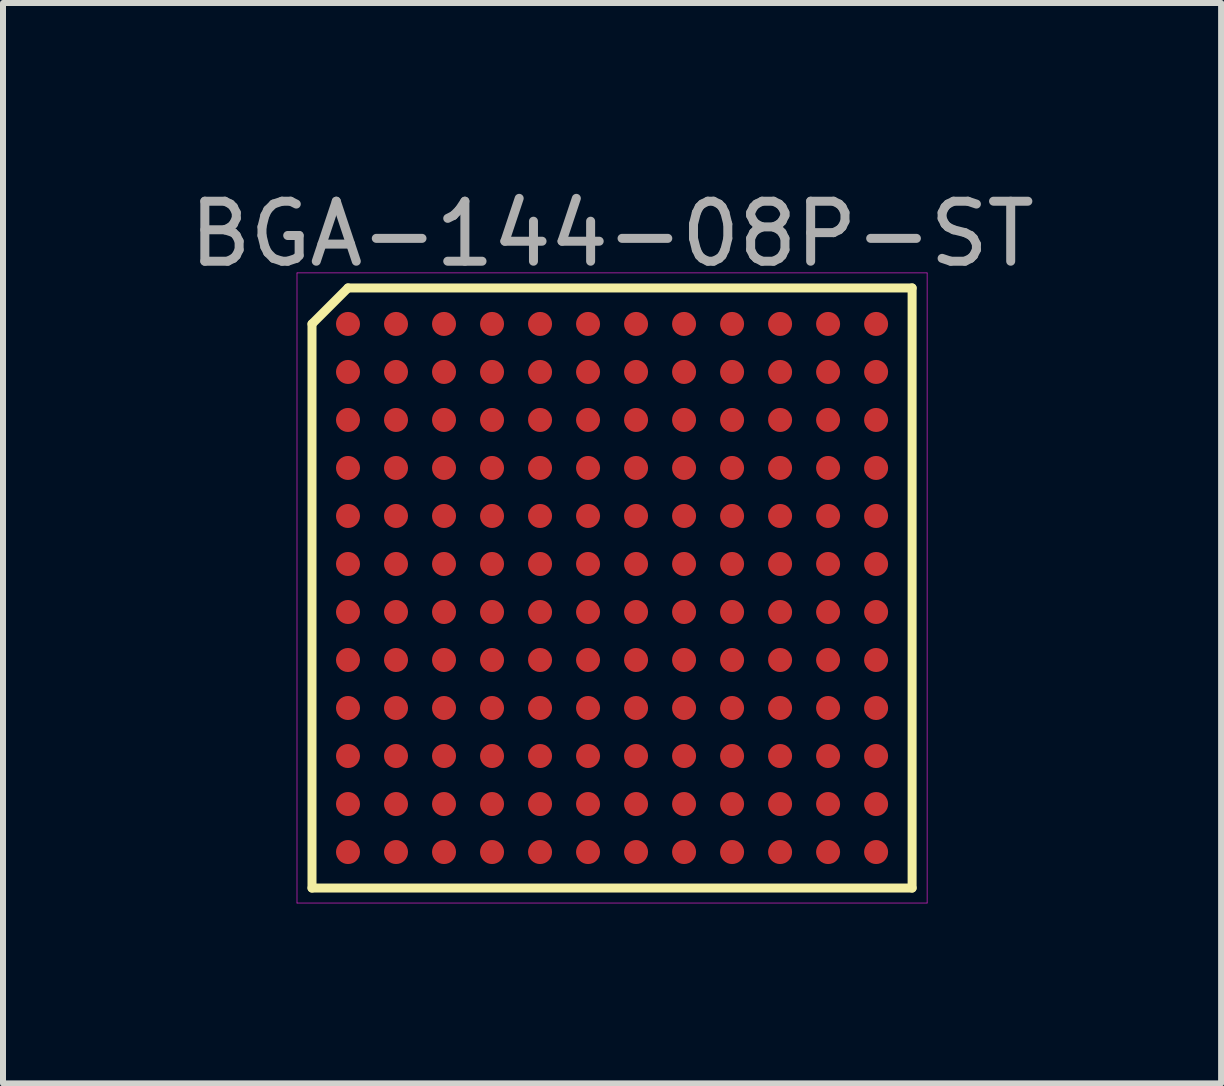
<source format=kicad_pcb>
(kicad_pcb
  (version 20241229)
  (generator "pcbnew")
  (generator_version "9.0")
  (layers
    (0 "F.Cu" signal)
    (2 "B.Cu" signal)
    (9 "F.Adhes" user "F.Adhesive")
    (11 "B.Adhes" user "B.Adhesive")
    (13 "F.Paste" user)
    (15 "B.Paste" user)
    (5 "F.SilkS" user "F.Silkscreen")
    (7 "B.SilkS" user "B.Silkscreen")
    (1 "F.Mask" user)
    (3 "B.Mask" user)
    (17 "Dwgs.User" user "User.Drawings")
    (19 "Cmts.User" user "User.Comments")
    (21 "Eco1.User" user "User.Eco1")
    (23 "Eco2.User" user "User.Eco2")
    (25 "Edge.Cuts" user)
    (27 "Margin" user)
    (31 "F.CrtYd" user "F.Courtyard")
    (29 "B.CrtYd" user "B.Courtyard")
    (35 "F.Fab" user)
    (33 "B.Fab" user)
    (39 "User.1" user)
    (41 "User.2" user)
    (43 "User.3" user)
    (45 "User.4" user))
  (footprint "BGA-144-08P-ST"
    (layer "F.Cu")
    (at 7.149 6.748)
    (property "Reference" "BGA-144-08P-ST" (at 0 -5.9 0) (layer "F.Fab") (effects (font (size 1 1) (thickness 0.15))))
    (attr through_hole)
    (fp_line (start -5 -4.4) (end -5 5) (stroke (width 0.15) (type solid)) (layer "F.SilkS"))
    (fp_line (start -5 5) (end 5 5) (stroke (width 0.15) (type solid)) (layer "F.SilkS"))
    (fp_line (start -4.4 -5) (end -5 -4.4) (stroke (width 0.15) (type solid)) (layer "F.SilkS"))
    (fp_line (start 5 -5) (end -4.4 -5) (stroke (width 0.15) (type solid)) (layer "F.SilkS"))
    (fp_line (start 5 5) (end 5 -5) (stroke (width 0.15) (type solid)) (layer "F.SilkS"))
    (fp_line (start -5.25 -5.25) (end 5.25 -5.25) (stroke (width 0.01) (type solid)) (layer "F.CrtYd"))
    (fp_line (start -5.25 5.25) (end -5.25 -5.25) (stroke (width 0.01) (type solid)) (layer "F.CrtYd"))
    (fp_line (start 5.25 -5.25) (end 5.25 5.25) (stroke (width 0.01) (type solid)) (layer "F.CrtYd"))
    (fp_line (start 5.25 5.25) (end -5.25 5.25) (stroke (width 0.01) (type solid)) (layer "F.CrtYd"))
    (pad "A1" smd circle (at -4.4 -4.4) (size 0.4 0.4) (layers "F.Cu" "F.Mask" "F.Paste"))
    (pad "A2" smd circle (at -3.6 -4.4) (size 0.4 0.4) (layers "F.Cu" "F.Mask" "F.Paste"))
    (pad "A3" smd circle (at -2.8 -4.4) (size 0.4 0.4) (layers "F.Cu" "F.Mask" "F.Paste"))
    (pad "A4" smd circle (at -2 -4.4) (size 0.4 0.4) (layers "F.Cu" "F.Mask" "F.Paste"))
    (pad "A5" smd circle (at -1.2 -4.4) (size 0.4 0.4) (layers "F.Cu" "F.Mask" "F.Paste"))
    (pad "A6" smd circle (at -0.4 -4.4) (size 0.4 0.4) (layers "F.Cu" "F.Mask" "F.Paste"))
    (pad "A7" smd circle (at 0.4 -4.4) (size 0.4 0.4) (layers "F.Cu" "F.Mask" "F.Paste"))
    (pad "A8" smd circle (at 1.2 -4.4) (size 0.4 0.4) (layers "F.Cu" "F.Mask" "F.Paste"))
    (pad "A9" smd circle (at 2 -4.4) (size 0.4 0.4) (layers "F.Cu" "F.Mask" "F.Paste"))
    (pad "A10" smd circle (at 2.8 -4.4) (size 0.4 0.4) (layers "F.Cu" "F.Mask" "F.Paste"))
    (pad "A11" smd circle (at 3.6 -4.4) (size 0.4 0.4) (layers "F.Cu" "F.Mask" "F.Paste"))
    (pad "A12" smd circle (at 4.4 -4.4) (size 0.4 0.4) (layers "F.Cu" "F.Mask" "F.Paste"))
    (pad "B1" smd circle (at -4.4 -3.6) (size 0.4 0.4) (layers "F.Cu" "F.Mask" "F.Paste"))
    (pad "B2" smd circle (at -3.6 -3.6) (size 0.4 0.4) (layers "F.Cu" "F.Mask" "F.Paste"))
    (pad "B3" smd circle (at -2.8 -3.6) (size 0.4 0.4) (layers "F.Cu" "F.Mask" "F.Paste"))
    (pad "B4" smd circle (at -2 -3.6) (size 0.4 0.4) (layers "F.Cu" "F.Mask" "F.Paste"))
    (pad "B5" smd circle (at -1.2 -3.6) (size 0.4 0.4) (layers "F.Cu" "F.Mask" "F.Paste"))
    (pad "B6" smd circle (at -0.4 -3.6) (size 0.4 0.4) (layers "F.Cu" "F.Mask" "F.Paste"))
    (pad "B7" smd circle (at 0.4 -3.6) (size 0.4 0.4) (layers "F.Cu" "F.Mask" "F.Paste"))
    (pad "B8" smd circle (at 1.2 -3.6) (size 0.4 0.4) (layers "F.Cu" "F.Mask" "F.Paste"))
    (pad "B9" smd circle (at 2 -3.6) (size 0.4 0.4) (layers "F.Cu" "F.Mask" "F.Paste"))
    (pad "B10" smd circle (at 2.8 -3.6) (size 0.4 0.4) (layers "F.Cu" "F.Mask" "F.Paste"))
    (pad "B11" smd circle (at 3.6 -3.6) (size 0.4 0.4) (layers "F.Cu" "F.Mask" "F.Paste"))
    (pad "B12" smd circle (at 4.4 -3.6) (size 0.4 0.4) (layers "F.Cu" "F.Mask" "F.Paste"))
    (pad "C1" smd circle (at -4.4 -2.8) (size 0.4 0.4) (layers "F.Cu" "F.Mask" "F.Paste"))
    (pad "C2" smd circle (at -3.6 -2.8) (size 0.4 0.4) (layers "F.Cu" "F.Mask" "F.Paste"))
    (pad "C3" smd circle (at -2.8 -2.8) (size 0.4 0.4) (layers "F.Cu" "F.Mask" "F.Paste"))
    (pad "C4" smd circle (at -2 -2.8) (size 0.4 0.4) (layers "F.Cu" "F.Mask" "F.Paste"))
    (pad "C5" smd circle (at -1.2 -2.8) (size 0.4 0.4) (layers "F.Cu" "F.Mask" "F.Paste"))
    (pad "C6" smd circle (at -0.4 -2.8) (size 0.4 0.4) (layers "F.Cu" "F.Mask" "F.Paste"))
    (pad "C7" smd circle (at 0.4 -2.8) (size 0.4 0.4) (layers "F.Cu" "F.Mask" "F.Paste"))
    (pad "C8" smd circle (at 1.2 -2.8) (size 0.4 0.4) (layers "F.Cu" "F.Mask" "F.Paste"))
    (pad "C9" smd circle (at 2 -2.8) (size 0.4 0.4) (layers "F.Cu" "F.Mask" "F.Paste"))
    (pad "C10" smd circle (at 2.8 -2.8) (size 0.4 0.4) (layers "F.Cu" "F.Mask" "F.Paste"))
    (pad "C11" smd circle (at 3.6 -2.8) (size 0.4 0.4) (layers "F.Cu" "F.Mask" "F.Paste"))
    (pad "C12" smd circle (at 4.4 -2.8) (size 0.4 0.4) (layers "F.Cu" "F.Mask" "F.Paste"))
    (pad "D1" smd circle (at -4.4 -2) (size 0.4 0.4) (layers "F.Cu" "F.Mask" "F.Paste"))
    (pad "D2" smd circle (at -3.6 -2) (size 0.4 0.4) (layers "F.Cu" "F.Mask" "F.Paste"))
    (pad "D3" smd circle (at -2.8 -2) (size 0.4 0.4) (layers "F.Cu" "F.Mask" "F.Paste"))
    (pad "D4" smd circle (at -2 -2) (size 0.4 0.4) (layers "F.Cu" "F.Mask" "F.Paste"))
    (pad "D5" smd circle (at -1.2 -2) (size 0.4 0.4) (layers "F.Cu" "F.Mask" "F.Paste"))
    (pad "D6" smd circle (at -0.4 -2) (size 0.4 0.4) (layers "F.Cu" "F.Mask" "F.Paste"))
    (pad "D7" smd circle (at 0.4 -2) (size 0.4 0.4) (layers "F.Cu" "F.Mask" "F.Paste"))
    (pad "D8" smd circle (at 1.2 -2) (size 0.4 0.4) (layers "F.Cu" "F.Mask" "F.Paste"))
    (pad "D9" smd circle (at 2 -2) (size 0.4 0.4) (layers "F.Cu" "F.Mask" "F.Paste"))
    (pad "D10" smd circle (at 2.8 -2) (size 0.4 0.4) (layers "F.Cu" "F.Mask" "F.Paste"))
    (pad "D11" smd circle (at 3.6 -2) (size 0.4 0.4) (layers "F.Cu" "F.Mask" "F.Paste"))
    (pad "D12" smd circle (at 4.4 -2) (size 0.4 0.4) (layers "F.Cu" "F.Mask" "F.Paste"))
    (pad "E1" smd circle (at -4.4 -1.2) (size 0.4 0.4) (layers "F.Cu" "F.Mask" "F.Paste"))
    (pad "E2" smd circle (at -3.6 -1.2) (size 0.4 0.4) (layers "F.Cu" "F.Mask" "F.Paste"))
    (pad "E3" smd circle (at -2.8 -1.2) (size 0.4 0.4) (layers "F.Cu" "F.Mask" "F.Paste"))
    (pad "E4" smd circle (at -2 -1.2) (size 0.4 0.4) (layers "F.Cu" "F.Mask" "F.Paste"))
    (pad "E5" smd circle (at -1.2 -1.2) (size 0.4 0.4) (layers "F.Cu" "F.Mask" "F.Paste"))
    (pad "E6" smd circle (at -0.4 -1.2) (size 0.4 0.4) (layers "F.Cu" "F.Mask" "F.Paste"))
    (pad "E7" smd circle (at 0.4 -1.2) (size 0.4 0.4) (layers "F.Cu" "F.Mask" "F.Paste"))
    (pad "E8" smd circle (at 1.2 -1.2) (size 0.4 0.4) (layers "F.Cu" "F.Mask" "F.Paste"))
    (pad "E9" smd circle (at 2 -1.2) (size 0.4 0.4) (layers "F.Cu" "F.Mask" "F.Paste"))
    (pad "E10" smd circle (at 2.8 -1.2) (size 0.4 0.4) (layers "F.Cu" "F.Mask" "F.Paste"))
    (pad "E11" smd circle (at 3.6 -1.2) (size 0.4 0.4) (layers "F.Cu" "F.Mask" "F.Paste"))
    (pad "E12" smd circle (at 4.4 -1.2) (size 0.4 0.4) (layers "F.Cu" "F.Mask" "F.Paste"))
    (pad "F1" smd circle (at -4.4 -0.4) (size 0.4 0.4) (layers "F.Cu" "F.Mask" "F.Paste"))
    (pad "F2" smd circle (at -3.6 -0.4) (size 0.4 0.4) (layers "F.Cu" "F.Mask" "F.Paste"))
    (pad "F3" smd circle (at -2.8 -0.4) (size 0.4 0.4) (layers "F.Cu" "F.Mask" "F.Paste"))
    (pad "F4" smd circle (at -2 -0.4) (size 0.4 0.4) (layers "F.Cu" "F.Mask" "F.Paste"))
    (pad "F5" smd circle (at -1.2 -0.4) (size 0.4 0.4) (layers "F.Cu" "F.Mask" "F.Paste"))
    (pad "F6" smd circle (at -0.4 -0.4) (size 0.4 0.4) (layers "F.Cu" "F.Mask" "F.Paste"))
    (pad "F7" smd circle (at 0.4 -0.4) (size 0.4 0.4) (layers "F.Cu" "F.Mask" "F.Paste"))
    (pad "F8" smd circle (at 1.2 -0.4) (size 0.4 0.4) (layers "F.Cu" "F.Mask" "F.Paste"))
    (pad "F9" smd circle (at 2 -0.4) (size 0.4 0.4) (layers "F.Cu" "F.Mask" "F.Paste"))
    (pad "F10" smd circle (at 2.8 -0.4) (size 0.4 0.4) (layers "F.Cu" "F.Mask" "F.Paste"))
    (pad "F11" smd circle (at 3.6 -0.4) (size 0.4 0.4) (layers "F.Cu" "F.Mask" "F.Paste"))
    (pad "F12" smd circle (at 4.4 -0.4) (size 0.4 0.4) (layers "F.Cu" "F.Mask" "F.Paste"))
    (pad "G1" smd circle (at -4.4 0.4) (size 0.4 0.4) (layers "F.Cu" "F.Mask" "F.Paste"))
    (pad "G2" smd circle (at -3.6 0.4) (size 0.4 0.4) (layers "F.Cu" "F.Mask" "F.Paste"))
    (pad "G3" smd circle (at -2.8 0.4) (size 0.4 0.4) (layers "F.Cu" "F.Mask" "F.Paste"))
    (pad "G4" smd circle (at -2 0.4) (size 0.4 0.4) (layers "F.Cu" "F.Mask" "F.Paste"))
    (pad "G5" smd circle (at -1.2 0.4) (size 0.4 0.4) (layers "F.Cu" "F.Mask" "F.Paste"))
    (pad "G6" smd circle (at -0.4 0.4) (size 0.4 0.4) (layers "F.Cu" "F.Mask" "F.Paste"))
    (pad "G7" smd circle (at 0.4 0.4) (size 0.4 0.4) (layers "F.Cu" "F.Mask" "F.Paste"))
    (pad "G8" smd circle (at 1.2 0.4) (size 0.4 0.4) (layers "F.Cu" "F.Mask" "F.Paste"))
    (pad "G9" smd circle (at 2 0.4) (size 0.4 0.4) (layers "F.Cu" "F.Mask" "F.Paste"))
    (pad "G10" smd circle (at 2.8 0.4) (size 0.4 0.4) (layers "F.Cu" "F.Mask" "F.Paste"))
    (pad "G11" smd circle (at 3.6 0.4) (size 0.4 0.4) (layers "F.Cu" "F.Mask" "F.Paste"))
    (pad "G12" smd circle (at 4.4 0.4) (size 0.4 0.4) (layers "F.Cu" "F.Mask" "F.Paste"))
    (pad "H1" smd circle (at -4.4 1.2) (size 0.4 0.4) (layers "F.Cu" "F.Mask" "F.Paste"))
    (pad "H2" smd circle (at -3.6 1.2) (size 0.4 0.4) (layers "F.Cu" "F.Mask" "F.Paste"))
    (pad "H3" smd circle (at -2.8 1.2) (size 0.4 0.4) (layers "F.Cu" "F.Mask" "F.Paste"))
    (pad "H4" smd circle (at -2 1.2) (size 0.4 0.4) (layers "F.Cu" "F.Mask" "F.Paste"))
    (pad "H5" smd circle (at -1.2 1.2) (size 0.4 0.4) (layers "F.Cu" "F.Mask" "F.Paste"))
    (pad "H6" smd circle (at -0.4 1.2) (size 0.4 0.4) (layers "F.Cu" "F.Mask" "F.Paste"))
    (pad "H7" smd circle (at 0.4 1.2) (size 0.4 0.4) (layers "F.Cu" "F.Mask" "F.Paste"))
    (pad "H8" smd circle (at 1.2 1.2) (size 0.4 0.4) (layers "F.Cu" "F.Mask" "F.Paste"))
    (pad "H9" smd circle (at 2 1.2) (size 0.4 0.4) (layers "F.Cu" "F.Mask" "F.Paste"))
    (pad "H10" smd circle (at 2.8 1.2) (size 0.4 0.4) (layers "F.Cu" "F.Mask" "F.Paste"))
    (pad "H11" smd circle (at 3.6 1.2) (size 0.4 0.4) (layers "F.Cu" "F.Mask" "F.Paste"))
    (pad "H12" smd circle (at 4.4 1.2) (size 0.4 0.4) (layers "F.Cu" "F.Mask" "F.Paste"))
    (pad "J1" smd circle (at -4.4 2) (size 0.4 0.4) (layers "F.Cu" "F.Mask" "F.Paste"))
    (pad "J2" smd circle (at -3.6 2) (size 0.4 0.4) (layers "F.Cu" "F.Mask" "F.Paste"))
    (pad "J3" smd circle (at -2.8 2) (size 0.4 0.4) (layers "F.Cu" "F.Mask" "F.Paste"))
    (pad "J4" smd circle (at -2 2) (size 0.4 0.4) (layers "F.Cu" "F.Mask" "F.Paste"))
    (pad "J5" smd circle (at -1.2 2) (size 0.4 0.4) (layers "F.Cu" "F.Mask" "F.Paste"))
    (pad "J6" smd circle (at -0.4 2) (size 0.4 0.4) (layers "F.Cu" "F.Mask" "F.Paste"))
    (pad "J7" smd circle (at 0.4 2) (size 0.4 0.4) (layers "F.Cu" "F.Mask" "F.Paste"))
    (pad "J8" smd circle (at 1.2 2) (size 0.4 0.4) (layers "F.Cu" "F.Mask" "F.Paste"))
    (pad "J9" smd circle (at 2 2) (size 0.4 0.4) (layers "F.Cu" "F.Mask" "F.Paste"))
    (pad "J10" smd circle (at 2.8 2) (size 0.4 0.4) (layers "F.Cu" "F.Mask" "F.Paste"))
    (pad "J11" smd circle (at 3.6 2) (size 0.4 0.4) (layers "F.Cu" "F.Mask" "F.Paste"))
    (pad "J12" smd circle (at 4.4 2) (size 0.4 0.4) (layers "F.Cu" "F.Mask" "F.Paste"))
    (pad "K1" smd circle (at -4.4 2.8) (size 0.4 0.4) (layers "F.Cu" "F.Mask" "F.Paste"))
    (pad "K2" smd circle (at -3.6 2.8) (size 0.4 0.4) (layers "F.Cu" "F.Mask" "F.Paste"))
    (pad "K3" smd circle (at -2.8 2.8) (size 0.4 0.4) (layers "F.Cu" "F.Mask" "F.Paste"))
    (pad "K4" smd circle (at -2 2.8) (size 0.4 0.4) (layers "F.Cu" "F.Mask" "F.Paste"))
    (pad "K5" smd circle (at -1.2 2.8) (size 0.4 0.4) (layers "F.Cu" "F.Mask" "F.Paste"))
    (pad "K6" smd circle (at -0.4 2.8) (size 0.4 0.4) (layers "F.Cu" "F.Mask" "F.Paste"))
    (pad "K7" smd circle (at 0.4 2.8) (size 0.4 0.4) (layers "F.Cu" "F.Mask" "F.Paste"))
    (pad "K8" smd circle (at 1.2 2.8) (size 0.4 0.4) (layers "F.Cu" "F.Mask" "F.Paste"))
    (pad "K9" smd circle (at 2 2.8) (size 0.4 0.4) (layers "F.Cu" "F.Mask" "F.Paste"))
    (pad "K10" smd circle (at 2.8 2.8) (size 0.4 0.4) (layers "F.Cu" "F.Mask" "F.Paste"))
    (pad "K11" smd circle (at 3.6 2.8) (size 0.4 0.4) (layers "F.Cu" "F.Mask" "F.Paste"))
    (pad "K12" smd circle (at 4.4 2.8) (size 0.4 0.4) (layers "F.Cu" "F.Mask" "F.Paste"))
    (pad "L1" smd circle (at -4.4 3.6) (size 0.4 0.4) (layers "F.Cu" "F.Mask" "F.Paste"))
    (pad "L2" smd circle (at -3.6 3.6) (size 0.4 0.4) (layers "F.Cu" "F.Mask" "F.Paste"))
    (pad "L3" smd circle (at -2.8 3.6) (size 0.4 0.4) (layers "F.Cu" "F.Mask" "F.Paste"))
    (pad "L4" smd circle (at -2 3.6) (size 0.4 0.4) (layers "F.Cu" "F.Mask" "F.Paste"))
    (pad "L5" smd circle (at -1.2 3.6) (size 0.4 0.4) (layers "F.Cu" "F.Mask" "F.Paste"))
    (pad "L6" smd circle (at -0.4 3.6) (size 0.4 0.4) (layers "F.Cu" "F.Mask" "F.Paste"))
    (pad "L7" smd circle (at 0.4 3.6) (size 0.4 0.4) (layers "F.Cu" "F.Mask" "F.Paste"))
    (pad "L8" smd circle (at 1.2 3.6) (size 0.4 0.4) (layers "F.Cu" "F.Mask" "F.Paste"))
    (pad "L9" smd circle (at 2 3.6) (size 0.4 0.4) (layers "F.Cu" "F.Mask" "F.Paste"))
    (pad "L10" smd circle (at 2.8 3.6) (size 0.4 0.4) (layers "F.Cu" "F.Mask" "F.Paste"))
    (pad "L11" smd circle (at 3.6 3.6) (size 0.4 0.4) (layers "F.Cu" "F.Mask" "F.Paste"))
    (pad "L12" smd circle (at 4.4 3.6) (size 0.4 0.4) (layers "F.Cu" "F.Mask" "F.Paste"))
    (pad "M1" smd circle (at -4.4 4.4) (size 0.4 0.4) (layers "F.Cu" "F.Mask" "F.Paste"))
    (pad "M2" smd circle (at -3.6 4.4) (size 0.4 0.4) (layers "F.Cu" "F.Mask" "F.Paste"))
    (pad "M3" smd circle (at -2.8 4.4) (size 0.4 0.4) (layers "F.Cu" "F.Mask" "F.Paste"))
    (pad "M4" smd circle (at -2 4.4) (size 0.4 0.4) (layers "F.Cu" "F.Mask" "F.Paste"))
    (pad "M5" smd circle (at -1.2 4.4) (size 0.4 0.4) (layers "F.Cu" "F.Mask" "F.Paste"))
    (pad "M6" smd circle (at -0.4 4.4) (size 0.4 0.4) (layers "F.Cu" "F.Mask" "F.Paste"))
    (pad "M7" smd circle (at 0.4 4.4) (size 0.4 0.4) (layers "F.Cu" "F.Mask" "F.Paste"))
    (pad "M8" smd circle (at 1.2 4.4) (size 0.4 0.4) (layers "F.Cu" "F.Mask" "F.Paste"))
    (pad "M9" smd circle (at 2 4.4) (size 0.4 0.4) (layers "F.Cu" "F.Mask" "F.Paste"))
    (pad "M10" smd circle (at 2.8 4.4) (size 0.4 0.4) (layers "F.Cu" "F.Mask" "F.Paste"))
    (pad "M11" smd circle (at 3.6 4.4) (size 0.4 0.4) (layers "F.Cu" "F.Mask" "F.Paste"))
    (pad "M12" smd circle (at 4.4 4.4) (size 0.4 0.4) (layers "F.Cu" "F.Mask" "F.Paste")))
  (gr_rect
    (start -3 -3)
    (end 17.298 15.003)
    (stroke (width 0.1) (type default))
    (fill no)
    (layer "Edge.Cuts")))
</source>
